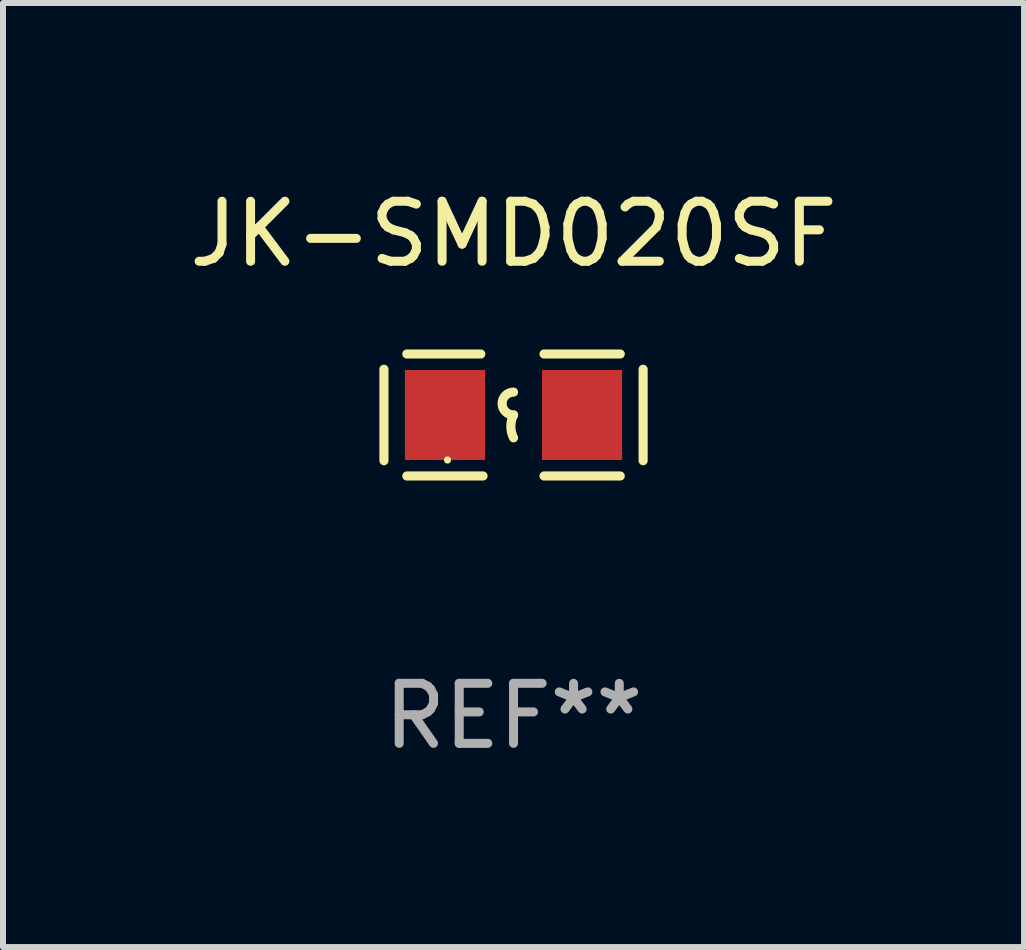
<source format=kicad_pcb>
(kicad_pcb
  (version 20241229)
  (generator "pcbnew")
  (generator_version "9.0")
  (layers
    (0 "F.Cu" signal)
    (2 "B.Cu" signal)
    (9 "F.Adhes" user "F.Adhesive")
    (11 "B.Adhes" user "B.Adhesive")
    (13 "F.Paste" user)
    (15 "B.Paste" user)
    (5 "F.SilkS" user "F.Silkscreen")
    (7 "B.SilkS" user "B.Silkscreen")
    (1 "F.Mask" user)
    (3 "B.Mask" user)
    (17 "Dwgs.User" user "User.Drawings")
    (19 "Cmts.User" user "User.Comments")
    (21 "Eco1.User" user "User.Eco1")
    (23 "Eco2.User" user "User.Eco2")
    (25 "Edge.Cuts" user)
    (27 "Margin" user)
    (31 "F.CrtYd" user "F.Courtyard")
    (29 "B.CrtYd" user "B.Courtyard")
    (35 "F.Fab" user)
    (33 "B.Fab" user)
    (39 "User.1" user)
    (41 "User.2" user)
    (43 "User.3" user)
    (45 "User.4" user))
  (footprint "JK-SMD020SF"
    (layer "F.Cu")
    (at 5.506 3.864)
    (property "Reference" "JK-SMD020SF" (at 0 -3.016 0) (layer "F.SilkS") (effects (font (size 1 1) (thickness 0.15))))
    (attr through_hole)
    (fp_line (start -2.159 -0.762) (end -2.159 0.762) (stroke (width 0.152) (type solid)) (layer "F.SilkS"))
    (fp_line (start -1.778 -1.016) (end -0.545 -1.016) (stroke (width 0.152) (type solid)) (layer "F.SilkS"))
    (fp_line (start -0.508 1.016) (end -1.778 1.016) (stroke (width 0.152) (type solid)) (layer "F.SilkS"))
    (fp_line (start 0.508 1.016) (end 1.778 1.016) (stroke (width 0.152) (type solid)) (layer "F.SilkS"))
    (fp_line (start 1.778 -1.016) (end 0.508 -1.016) (stroke (width 0.152) (type solid)) (layer "F.SilkS"))
    (fp_line (start 2.159 -0.762) (end 2.159 0.762) (stroke (width 0.152) (type solid)) (layer "F.SilkS"))
    (fp_arc (start 0 0) (mid -0.1905 -0.1905) (end 0 -0.381) (stroke (width 0.151994) (type solid)) (layer "F.SilkS"))
    (fp_arc (start 0 0.381001) (mid -0.044971 0.1905) (end 0 0) (stroke (width 0.151994) (type solid)) (layer "F.SilkS"))
    (fp_circle (center -1.1 0.75) (end -1.07 0.75) (stroke (width 0.06) (type solid)) (fill no) (layer "F.SilkS"))
    (fp_text user "REF**" (at 0 5.016 0) (layer "F.Fab") (effects (font (size 1 1) (thickness 0.15))))
    (pad "1" smd rect (at -1.142 0) (size 1.335 1.5) (layers "F.Cu" "F.Mask" "F.Paste"))
    (pad "2" smd rect (at 1.142 0) (size 1.335 1.5) (layers "F.Cu" "F.Mask" "F.Paste")))
  (gr_rect
    (start -3 -3)
    (end 14.012 12.729)
    (stroke (width 0.1) (type default))
    (fill no)
    (layer "Edge.Cuts")))
</source>
